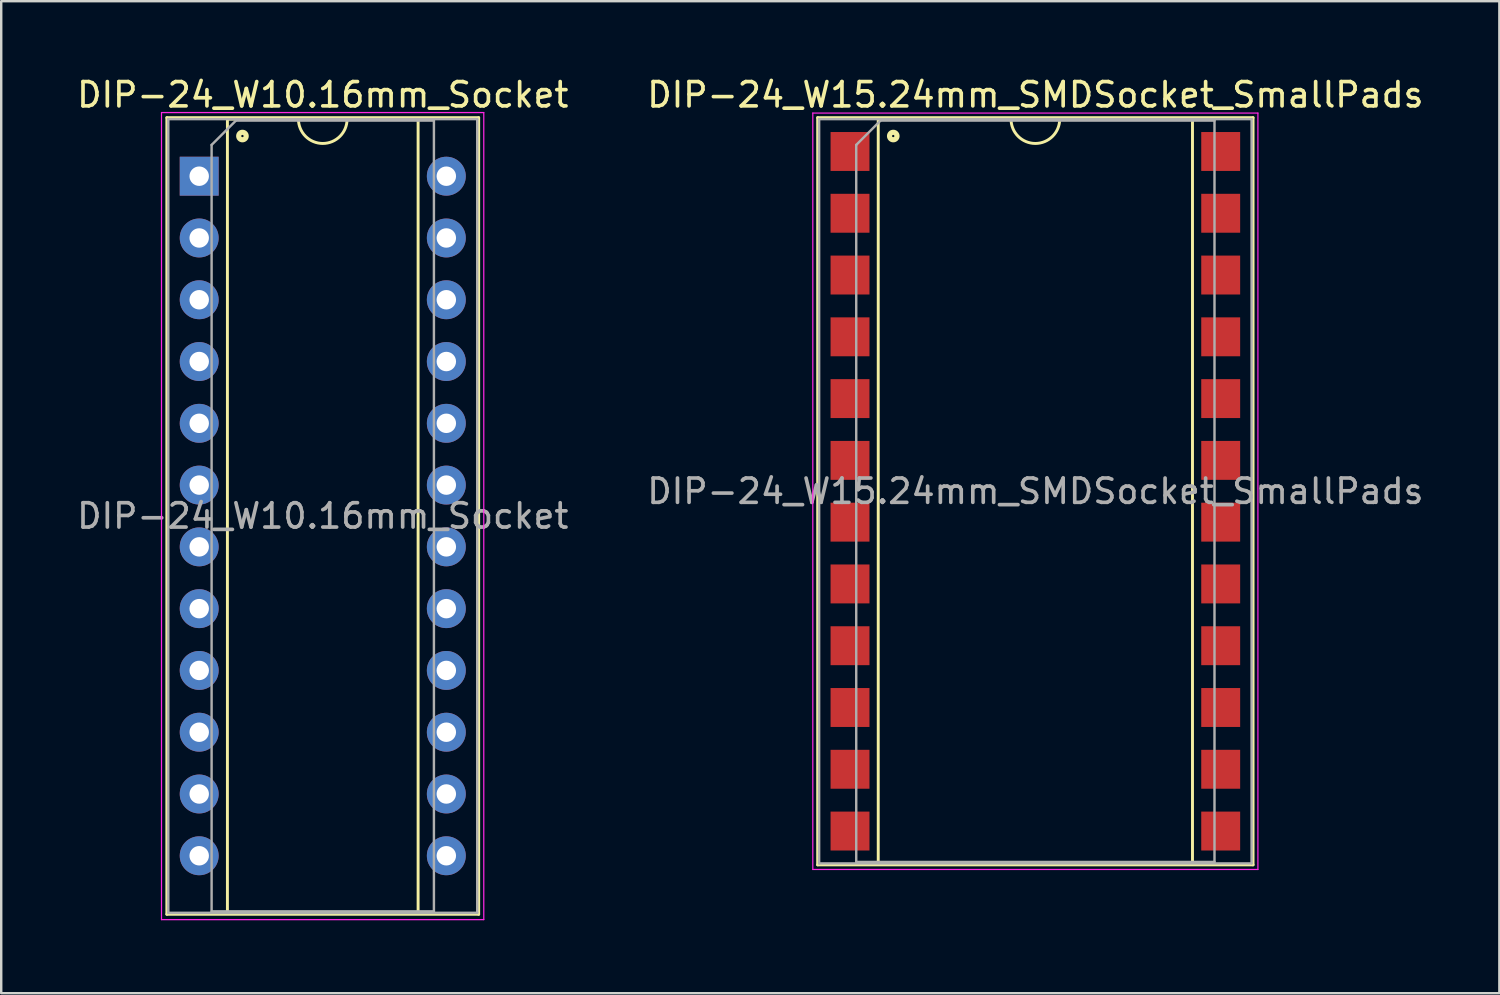
<source format=kicad_pcb>
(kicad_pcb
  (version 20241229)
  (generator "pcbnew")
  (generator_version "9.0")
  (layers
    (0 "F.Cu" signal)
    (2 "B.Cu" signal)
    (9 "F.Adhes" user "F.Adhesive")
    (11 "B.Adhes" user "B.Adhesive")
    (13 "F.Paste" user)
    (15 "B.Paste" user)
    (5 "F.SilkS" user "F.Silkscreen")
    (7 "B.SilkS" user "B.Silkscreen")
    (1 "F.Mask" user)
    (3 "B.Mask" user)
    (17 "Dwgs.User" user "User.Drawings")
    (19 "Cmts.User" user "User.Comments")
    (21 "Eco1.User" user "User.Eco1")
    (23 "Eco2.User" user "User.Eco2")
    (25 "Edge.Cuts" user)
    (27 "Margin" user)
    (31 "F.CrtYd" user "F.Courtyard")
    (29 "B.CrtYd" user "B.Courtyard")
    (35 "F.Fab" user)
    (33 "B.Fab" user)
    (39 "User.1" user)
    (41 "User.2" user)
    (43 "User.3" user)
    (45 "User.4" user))
  (footprint "DIP-24_W15.24mm_SMDSocket_SmallPads"
    (layer "F.Cu")
    (at 39.518 17.148)
    (property "Reference" "DIP-24_W15.24mm_SMDSocket_SmallPads" (at 0 -16.3 0) (layer "F.SilkS") (effects (font (size 1 1) (thickness 0.15))))
    (attr smd)
    (fp_line (start -8.95 -15.36) (end -8.95 15.36) (stroke (width 0.12) (type solid)) (layer "F.SilkS"))
    (fp_line (start -8.95 15.36) (end 8.95 15.36) (stroke (width 0.12) (type solid)) (layer "F.SilkS"))
    (fp_line (start -6.46 -15.3) (end -6.46 15.3) (stroke (width 0.12) (type solid)) (layer "F.SilkS"))
    (fp_line (start -6.46 15.3) (end 6.46 15.3) (stroke (width 0.12) (type solid)) (layer "F.SilkS"))
    (fp_line (start -1 -15.3) (end -6.46 -15.3) (stroke (width 0.12) (type solid)) (layer "F.SilkS"))
    (fp_line (start 6.46 -15.3) (end 1 -15.3) (stroke (width 0.12) (type solid)) (layer "F.SilkS"))
    (fp_line (start 6.46 15.3) (end 6.46 -15.3) (stroke (width 0.12) (type solid)) (layer "F.SilkS"))
    (fp_line (start 8.95 -15.36) (end -8.95 -15.36) (stroke (width 0.12) (type solid)) (layer "F.SilkS"))
    (fp_line (start 8.95 15.36) (end 8.95 -15.36) (stroke (width 0.12) (type solid)) (layer "F.SilkS"))
    (fp_arc (start 1 -15.3) (mid 0 -14.3) (end -1 -15.3) (stroke (width 0.12) (type solid)) (layer "F.SilkS"))
    (fp_circle (center -5.842 -14.605) (end -5.792 -14.605) (stroke (width 0.12) (type solid)) (fill no) (layer "F.SilkS"))
    (fp_circle (center -5.842 -14.605) (end -5.717 -14.605) (stroke (width 0.12) (type solid)) (fill no) (layer "F.SilkS"))
    (fp_circle (center -5.842 -14.605) (end -5.642 -14.605) (stroke (width 0.12) (type solid)) (fill no) (layer "F.SilkS"))
    (fp_line (start -9.15 -15.55) (end -9.15 15.55) (stroke (width 0.05) (type solid)) (layer "F.CrtYd"))
    (fp_line (start -9.15 15.55) (end 9.15 15.55) (stroke (width 0.05) (type solid)) (layer "F.CrtYd"))
    (fp_line (start 9.15 -15.55) (end -9.15 -15.55) (stroke (width 0.05) (type solid)) (layer "F.CrtYd"))
    (fp_line (start 9.15 15.55) (end 9.15 -15.55) (stroke (width 0.05) (type solid)) (layer "F.CrtYd"))
    (fp_line (start -8.89 -15.3) (end -8.89 15.3) (stroke (width 0.1) (type solid)) (layer "F.Fab"))
    (fp_line (start -8.89 15.3) (end 8.89 15.3) (stroke (width 0.1) (type solid)) (layer "F.Fab"))
    (fp_line (start -7.365 -14.24) (end -6.365 -15.24) (stroke (width 0.1) (type solid)) (layer "F.Fab"))
    (fp_line (start -7.365 15.24) (end -7.365 -14.24) (stroke (width 0.1) (type solid)) (layer "F.Fab"))
    (fp_line (start -6.365 -15.24) (end 7.365 -15.24) (stroke (width 0.1) (type solid)) (layer "F.Fab"))
    (fp_line (start 7.365 -15.24) (end 7.365 15.24) (stroke (width 0.1) (type solid)) (layer "F.Fab"))
    (fp_line (start 7.365 15.24) (end -7.365 15.24) (stroke (width 0.1) (type solid)) (layer "F.Fab"))
    (fp_line (start 8.89 -15.3) (end -8.89 -15.3) (stroke (width 0.1) (type solid)) (layer "F.Fab"))
    (fp_line (start 8.89 15.3) (end 8.89 -15.3) (stroke (width 0.1) (type solid)) (layer "F.Fab"))
    (fp_text user "${REFERENCE}" (at 0 0 0) (layer "F.Fab") (effects (font (size 1 1) (thickness 0.15))))
    (pad "1" smd rect (at -7.62 -13.97) (size 1.6 1.6) (layers "F.Cu" "F.Mask" "F.Paste"))
    (pad "2" smd rect (at -7.62 -11.43) (size 1.6 1.6) (layers "F.Cu" "F.Mask" "F.Paste"))
    (pad "3" smd rect (at -7.62 -8.89) (size 1.6 1.6) (layers "F.Cu" "F.Mask" "F.Paste"))
    (pad "4" smd rect (at -7.62 -6.35) (size 1.6 1.6) (layers "F.Cu" "F.Mask" "F.Paste"))
    (pad "5" smd rect (at -7.62 -3.81) (size 1.6 1.6) (layers "F.Cu" "F.Mask" "F.Paste"))
    (pad "6" smd rect (at -7.62 -1.27) (size 1.6 1.6) (layers "F.Cu" "F.Mask" "F.Paste"))
    (pad "7" smd rect (at -7.62 1.27) (size 1.6 1.6) (layers "F.Cu" "F.Mask" "F.Paste"))
    (pad "8" smd rect (at -7.62 3.81) (size 1.6 1.6) (layers "F.Cu" "F.Mask" "F.Paste"))
    (pad "9" smd rect (at -7.62 6.35) (size 1.6 1.6) (layers "F.Cu" "F.Mask" "F.Paste"))
    (pad "10" smd rect (at -7.62 8.89) (size 1.6 1.6) (layers "F.Cu" "F.Mask" "F.Paste"))
    (pad "11" smd rect (at -7.62 11.43) (size 1.6 1.6) (layers "F.Cu" "F.Mask" "F.Paste"))
    (pad "12" smd rect (at -7.62 13.97) (size 1.6 1.6) (layers "F.Cu" "F.Mask" "F.Paste"))
    (pad "13" smd rect (at 7.62 13.97) (size 1.6 1.6) (layers "F.Cu" "F.Mask" "F.Paste"))
    (pad "14" smd rect (at 7.62 11.43) (size 1.6 1.6) (layers "F.Cu" "F.Mask" "F.Paste"))
    (pad "15" smd rect (at 7.62 8.89) (size 1.6 1.6) (layers "F.Cu" "F.Mask" "F.Paste"))
    (pad "16" smd rect (at 7.62 6.35) (size 1.6 1.6) (layers "F.Cu" "F.Mask" "F.Paste"))
    (pad "17" smd rect (at 7.62 3.81) (size 1.6 1.6) (layers "F.Cu" "F.Mask" "F.Paste"))
    (pad "18" smd rect (at 7.62 1.27) (size 1.6 1.6) (layers "F.Cu" "F.Mask" "F.Paste"))
    (pad "19" smd rect (at 7.62 -1.27) (size 1.6 1.6) (layers "F.Cu" "F.Mask" "F.Paste"))
    (pad "20" smd rect (at 7.62 -3.81) (size 1.6 1.6) (layers "F.Cu" "F.Mask" "F.Paste"))
    (pad "21" smd rect (at 7.62 -6.35) (size 1.6 1.6) (layers "F.Cu" "F.Mask" "F.Paste"))
    (pad "22" smd rect (at 7.62 -8.89) (size 1.6 1.6) (layers "F.Cu" "F.Mask" "F.Paste"))
    (pad "23" smd rect (at 7.62 -11.43) (size 1.6 1.6) (layers "F.Cu" "F.Mask" "F.Paste"))
    (pad "24" smd rect (at 7.62 -13.97) (size 1.6 1.6) (layers "F.Cu" "F.Mask" "F.Paste")))
  (footprint "DIP-24_W10.16mm_Socket"
    (layer "F.Cu")
    (at 5.14 4.194)
    (property "Reference" "DIP-24_W10.16mm_Socket" (at 5.08 -3.346 0) (layer "F.SilkS") (effects (font (size 1 1) (thickness 0.15))))
    (attr through_hole)
    (fp_line (start -1.33 -2.406) (end -1.33 30.346) (stroke (width 0.12) (type solid)) (layer "F.SilkS"))
    (fp_line (start -1.33 30.346) (end 11.49 30.346) (stroke (width 0.12) (type solid)) (layer "F.SilkS"))
    (fp_line (start 1.16 -2.346) (end 1.16 30.286) (stroke (width 0.12) (type solid)) (layer "F.SilkS"))
    (fp_line (start 1.16 30.286) (end 9 30.286) (stroke (width 0.12) (type solid)) (layer "F.SilkS"))
    (fp_line (start 4.08 -2.346) (end 1.16 -2.346) (stroke (width 0.12) (type solid)) (layer "F.SilkS"))
    (fp_line (start 9 -2.346) (end 6.08 -2.346) (stroke (width 0.12) (type solid)) (layer "F.SilkS"))
    (fp_line (start 9 30.286) (end 9 -2.346) (stroke (width 0.12) (type solid)) (layer "F.SilkS"))
    (fp_line (start 11.49 -2.406) (end -1.33 -2.406) (stroke (width 0.12) (type solid)) (layer "F.SilkS"))
    (fp_line (start 11.49 30.346) (end 11.49 -2.406) (stroke (width 0.12) (type solid)) (layer "F.SilkS"))
    (fp_arc (start 6.08 -2.346) (mid 5.08 -1.346) (end 4.08 -2.346) (stroke (width 0.12) (type solid)) (layer "F.SilkS"))
    (fp_circle (center 1.778 -1.651) (end 1.828 -1.651) (stroke (width 0.12) (type solid)) (fill no) (layer "F.SilkS"))
    (fp_circle (center 1.778 -1.651) (end 1.903 -1.651) (stroke (width 0.12) (type solid)) (fill no) (layer "F.SilkS"))
    (fp_circle (center 1.778 -1.651) (end 1.978 -1.651) (stroke (width 0.12) (type solid)) (fill no) (layer "F.SilkS"))
    (fp_line (start -1.55 -2.616) (end -1.55 30.566) (stroke (width 0.05) (type solid)) (layer "F.CrtYd"))
    (fp_line (start -1.55 30.566) (end 11.7 30.566) (stroke (width 0.05) (type solid)) (layer "F.CrtYd"))
    (fp_line (start 11.7 -2.616) (end -1.55 -2.616) (stroke (width 0.05) (type solid)) (layer "F.CrtYd"))
    (fp_line (start 11.7 30.566) (end 11.7 -2.616) (stroke (width 0.05) (type solid)) (layer "F.CrtYd"))
    (fp_line (start -1.27 -2.346) (end -1.27 30.286) (stroke (width 0.1) (type solid)) (layer "F.Fab"))
    (fp_line (start -1.27 30.286) (end 11.43 30.286) (stroke (width 0.1) (type solid)) (layer "F.Fab"))
    (fp_line (start 0.51 -1.286) (end 1.51 -2.286) (stroke (width 0.1) (type solid)) (layer "F.Fab"))
    (fp_line (start 0.51 30.226) (end 0.51 -1.286) (stroke (width 0.1) (type solid)) (layer "F.Fab"))
    (fp_line (start 1.51 -2.286) (end 9.65 -2.286) (stroke (width 0.1) (type solid)) (layer "F.Fab"))
    (fp_line (start 9.65 -2.286) (end 9.65 30.226) (stroke (width 0.1) (type solid)) (layer "F.Fab"))
    (fp_line (start 9.65 30.226) (end 0.51 30.226) (stroke (width 0.1) (type solid)) (layer "F.Fab"))
    (fp_line (start 11.43 -2.346) (end -1.27 -2.346) (stroke (width 0.1) (type solid)) (layer "F.Fab"))
    (fp_line (start 11.43 30.286) (end 11.43 -2.346) (stroke (width 0.1) (type solid)) (layer "F.Fab"))
    (fp_text user "${REFERENCE}" (at 5.08 13.97 0) (layer "F.Fab") (effects (font (size 1 1) (thickness 0.15))))
    (pad "1" thru_hole rect (at 0 0) (size 1.6 1.6) (drill 0.8) (layers "*.Cu" "*.Mask"))
    (pad "2" thru_hole oval (at 0 2.54) (size 1.6 1.6) (drill 0.8) (layers "*.Cu" "*.Mask"))
    (pad "3" thru_hole oval (at 0 5.08) (size 1.6 1.6) (drill 0.8) (layers "*.Cu" "*.Mask"))
    (pad "4" thru_hole oval (at 0 7.62) (size 1.6 1.6) (drill 0.8) (layers "*.Cu" "*.Mask"))
    (pad "5" thru_hole oval (at 0 10.16) (size 1.6 1.6) (drill 0.8) (layers "*.Cu" "*.Mask"))
    (pad "6" thru_hole oval (at 0 12.7) (size 1.6 1.6) (drill 0.8) (layers "*.Cu" "*.Mask"))
    (pad "7" thru_hole oval (at 0 15.24) (size 1.6 1.6) (drill 0.8) (layers "*.Cu" "*.Mask"))
    (pad "8" thru_hole oval (at 0 17.78) (size 1.6 1.6) (drill 0.8) (layers "*.Cu" "*.Mask"))
    (pad "9" thru_hole oval (at 0 20.32) (size 1.6 1.6) (drill 0.8) (layers "*.Cu" "*.Mask"))
    (pad "10" thru_hole oval (at 0 22.86) (size 1.6 1.6) (drill 0.8) (layers "*.Cu" "*.Mask"))
    (pad "11" thru_hole oval (at 0 25.4) (size 1.6 1.6) (drill 0.8) (layers "*.Cu" "*.Mask"))
    (pad "12" thru_hole oval (at 0 27.94) (size 1.6 1.6) (drill 0.8) (layers "*.Cu" "*.Mask"))
    (pad "13" thru_hole oval (at 10.16 27.94) (size 1.6 1.6) (drill 0.8) (layers "*.Cu" "*.Mask"))
    (pad "14" thru_hole oval (at 10.16 25.4) (size 1.6 1.6) (drill 0.8) (layers "*.Cu" "*.Mask"))
    (pad "15" thru_hole oval (at 10.16 22.86) (size 1.6 1.6) (drill 0.8) (layers "*.Cu" "*.Mask"))
    (pad "16" thru_hole oval (at 10.16 20.32) (size 1.6 1.6) (drill 0.8) (layers "*.Cu" "*.Mask"))
    (pad "17" thru_hole oval (at 10.16 17.78) (size 1.6 1.6) (drill 0.8) (layers "*.Cu" "*.Mask"))
    (pad "18" thru_hole oval (at 10.16 15.24) (size 1.6 1.6) (drill 0.8) (layers "*.Cu" "*.Mask"))
    (pad "19" thru_hole oval (at 10.16 12.7) (size 1.6 1.6) (drill 0.8) (layers "*.Cu" "*.Mask"))
    (pad "20" thru_hole oval (at 10.16 10.16) (size 1.6 1.6) (drill 0.8) (layers "*.Cu" "*.Mask"))
    (pad "21" thru_hole oval (at 10.16 7.62) (size 1.6 1.6) (drill 0.8) (layers "*.Cu" "*.Mask"))
    (pad "22" thru_hole oval (at 10.16 5.08) (size 1.6 1.6) (drill 0.8) (layers "*.Cu" "*.Mask"))
    (pad "23" thru_hole oval (at 10.16 2.54) (size 1.6 1.6) (drill 0.8) (layers "*.Cu" "*.Mask"))
    (pad "24" thru_hole oval (at 10.16 0) (size 1.6 1.6) (drill 0.8) (layers "*.Cu" "*.Mask")))
  (gr_rect
    (start -3 -3)
    (end 58.595 37.785)
    (stroke (width 0.1) (type default))
    (fill no)
    (layer "Edge.Cuts")))
</source>
